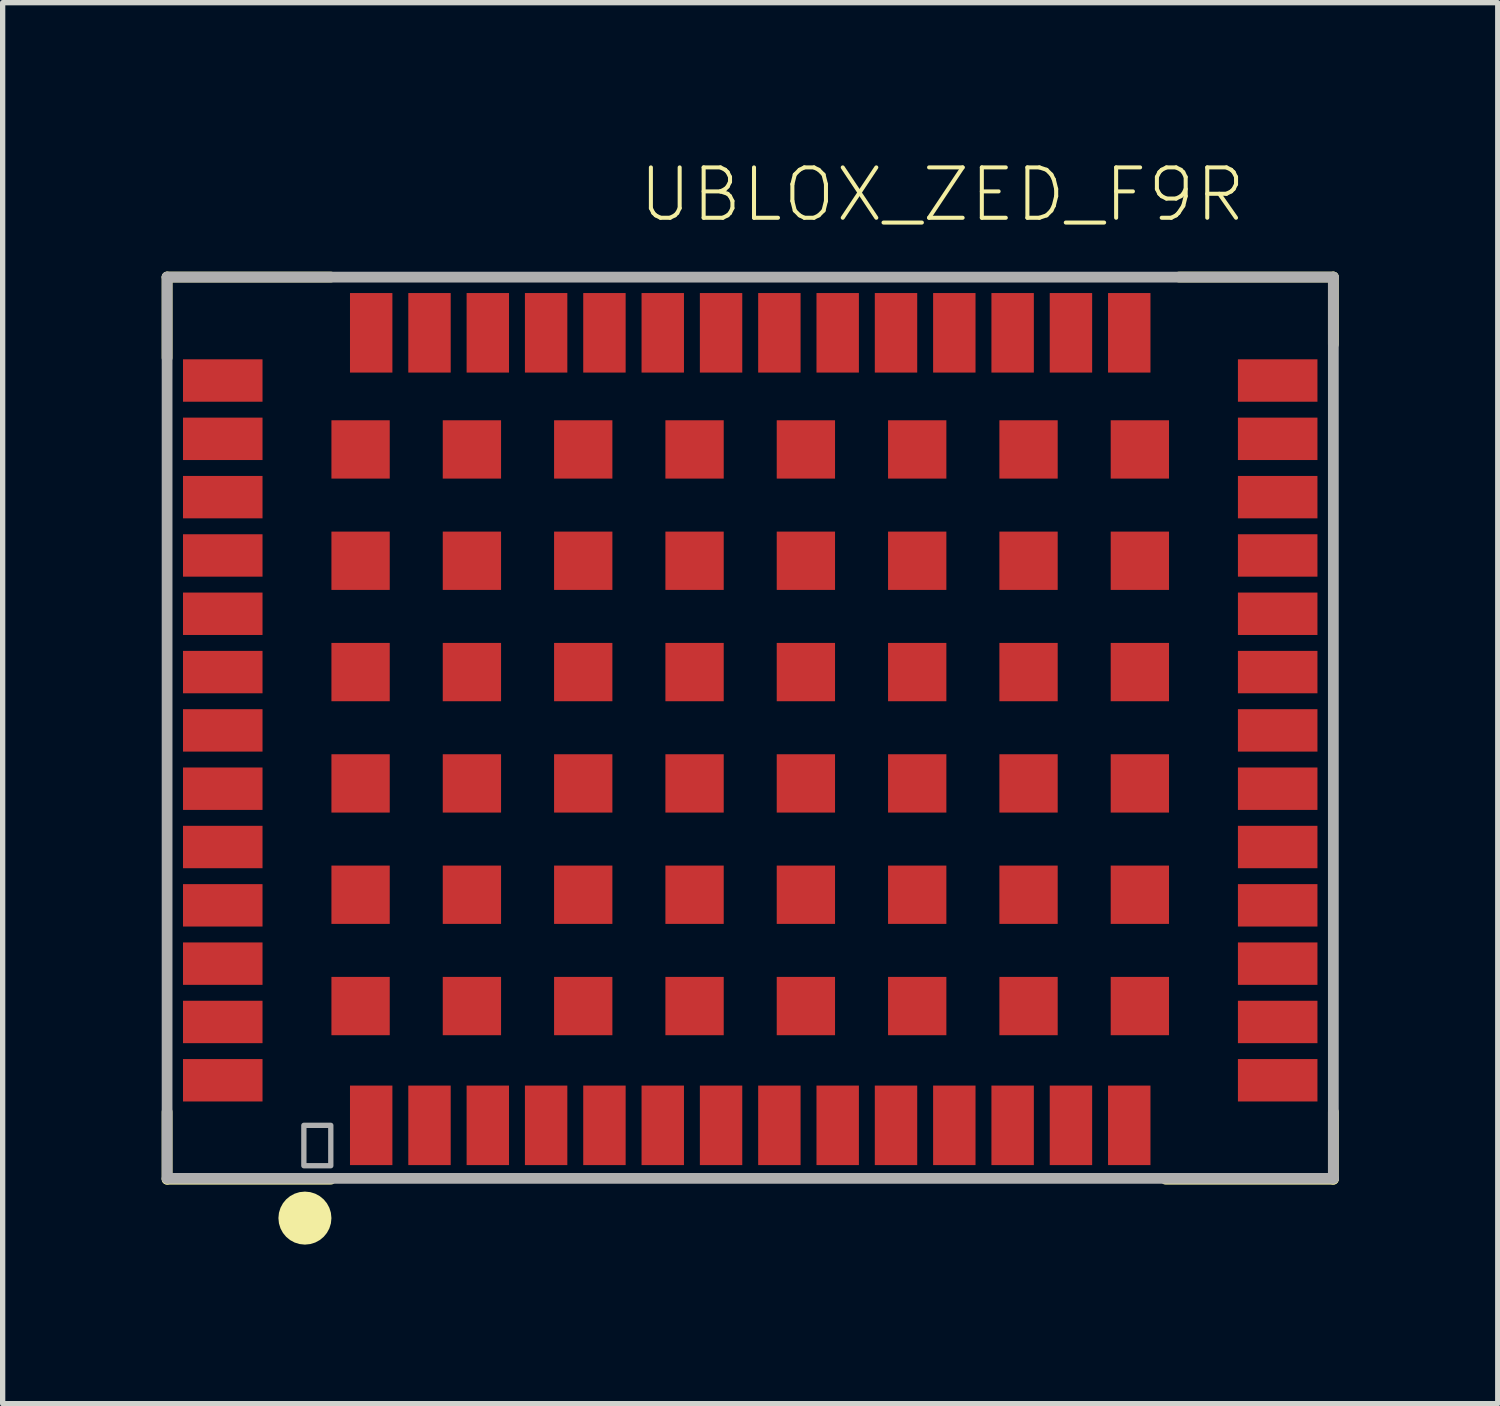
<source format=kicad_pcb>
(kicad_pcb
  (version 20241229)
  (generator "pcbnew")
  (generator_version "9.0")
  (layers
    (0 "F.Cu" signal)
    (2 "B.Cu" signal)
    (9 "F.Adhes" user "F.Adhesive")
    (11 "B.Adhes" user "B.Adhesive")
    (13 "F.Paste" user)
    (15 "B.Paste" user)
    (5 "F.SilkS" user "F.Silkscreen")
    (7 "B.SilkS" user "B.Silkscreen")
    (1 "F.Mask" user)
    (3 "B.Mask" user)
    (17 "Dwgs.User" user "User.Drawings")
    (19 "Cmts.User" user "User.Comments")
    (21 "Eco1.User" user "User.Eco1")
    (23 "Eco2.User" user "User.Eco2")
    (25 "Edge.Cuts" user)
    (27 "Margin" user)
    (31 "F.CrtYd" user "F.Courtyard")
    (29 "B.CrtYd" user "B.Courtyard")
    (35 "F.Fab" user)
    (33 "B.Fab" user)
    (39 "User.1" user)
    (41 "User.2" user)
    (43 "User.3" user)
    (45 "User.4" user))
  (footprint "UBLOX_ZED_F9R"
    (layer "F.Cu")
    (at 11.064 10.558)
    (property "Reference" "UBLOX_ZED_F9R" (at -2.112 -9.38 0) (layer "F.SilkS") (effects (font (size 0.95 0.95) (thickness 0.076)) (justify left bottom)))
    (attr through_hole)
    (fp_line (start -10.962 -8.382) (end -7.874 -8.382) (stroke (width 0.203) (type solid)) (layer "F.SilkS"))
    (fp_line (start -10.962 -6.858) (end -10.962 -8.382) (stroke (width 0.203) (type solid)) (layer "F.SilkS"))
    (fp_line (start -10.962 8.636) (end -10.962 7.366) (stroke (width 0.203) (type solid)) (layer "F.SilkS"))
    (fp_line (start -10.962 8.636) (end -7.874 8.636) (stroke (width 0.203) (type solid)) (layer "F.SilkS"))
    (fp_line (start 7.874 8.636) (end 11.038 8.636) (stroke (width 0.203) (type solid)) (layer "F.SilkS"))
    (fp_line (start 8.128 -8.382) (end 11.038 -8.382) (stroke (width 0.203) (type solid)) (layer "F.SilkS"))
    (fp_line (start 11.038 -8.382) (end 11.038 -7.112) (stroke (width 0.203) (type solid)) (layer "F.SilkS"))
    (fp_line (start 11.038 8.636) (end 11.038 7.366) (stroke (width 0.203) (type solid)) (layer "F.SilkS"))
    (fp_circle (center -8.362 9.37) (end -8.112 9.37) (stroke (width 0.5) (type solid)) (fill no) (layer "F.SilkS"))
    (fp_line (start -10.962 -8.38) (end -10.962 8.62) (stroke (width 0.203) (type solid)) (layer "F.Fab"))
    (fp_line (start -10.962 8.62) (end 11.038 8.62) (stroke (width 0.203) (type solid)) (layer "F.Fab"))
    (fp_line (start 11.038 -8.38) (end -10.962 -8.38) (stroke (width 0.203) (type solid)) (layer "F.Fab"))
    (fp_line (start 11.038 8.62) (end 11.038 -8.38) (stroke (width 0.203) (type solid)) (layer "F.Fab"))
    (fp_poly (pts (xy -8.382 8.382) (xy -7.874 8.382) (xy -7.874 7.62) (xy -8.382 7.62)) (stroke (width 0.1) (type solid)) (fill no) (layer "F.Fab"))
    (pad "G1" smd rect (at -7.312 5.37) (size 1.1 1.1) (layers "F.Cu" "F.Mask" "F.Paste"))
    (pad "G2" smd rect (at -5.212 5.37) (size 1.1 1.1) (layers "F.Cu" "F.Mask" "F.Paste"))
    (pad "G3" smd rect (at -3.112 5.37) (size 1.1 1.1) (layers "F.Cu" "F.Mask" "F.Paste"))
    (pad "G4" smd rect (at -1.012 5.37) (size 1.1 1.1) (layers "F.Cu" "F.Mask" "F.Paste"))
    (pad "G5" smd rect (at 1.088 5.37) (size 1.1 1.1) (layers "F.Cu" "F.Mask" "F.Paste"))
    (pad "G6" smd rect (at 3.188 5.37) (size 1.1 1.1) (layers "F.Cu" "F.Mask" "F.Paste"))
    (pad "G7" smd rect (at 5.288 5.37) (size 1.1 1.1) (layers "F.Cu" "F.Mask" "F.Paste"))
    (pad "G8" smd rect (at 7.388 5.37) (size 1.1 1.1) (layers "F.Cu" "F.Mask" "F.Paste"))
    (pad "G9" smd rect (at 7.388 3.27) (size 1.1 1.1) (layers "F.Cu" "F.Mask" "F.Paste"))
    (pad "G10" smd rect (at 5.288 3.27) (size 1.1 1.1) (layers "F.Cu" "F.Mask" "F.Paste"))
    (pad "G11" smd rect (at 3.188 3.27) (size 1.1 1.1) (layers "F.Cu" "F.Mask" "F.Paste"))
    (pad "G12" smd rect (at 1.088 3.27) (size 1.1 1.1) (layers "F.Cu" "F.Mask" "F.Paste"))
    (pad "G13" smd rect (at -1.012 3.27) (size 1.1 1.1) (layers "F.Cu" "F.Mask" "F.Paste"))
    (pad "G14" smd rect (at -3.112 3.27) (size 1.1 1.1) (layers "F.Cu" "F.Mask" "F.Paste"))
    (pad "G15" smd rect (at -5.212 3.27) (size 1.1 1.1) (layers "F.Cu" "F.Mask" "F.Paste"))
    (pad "G16" smd rect (at -7.312 3.27) (size 1.1 1.1) (layers "F.Cu" "F.Mask" "F.Paste"))
    (pad "G17" smd rect (at -7.312 1.17) (size 1.1 1.1) (layers "F.Cu" "F.Mask" "F.Paste"))
    (pad "G18" smd rect (at -5.212 1.17) (size 1.1 1.1) (layers "F.Cu" "F.Mask" "F.Paste"))
    (pad "G19" smd rect (at -3.112 1.17) (size 1.1 1.1) (layers "F.Cu" "F.Mask" "F.Paste"))
    (pad "G20" smd rect (at -1.012 1.17) (size 1.1 1.1) (layers "F.Cu" "F.Mask" "F.Paste"))
    (pad "G21" smd rect (at 1.088 1.17) (size 1.1 1.1) (layers "F.Cu" "F.Mask" "F.Paste"))
    (pad "G22" smd rect (at 3.188 1.17) (size 1.1 1.1) (layers "F.Cu" "F.Mask" "F.Paste"))
    (pad "G23" smd rect (at 5.288 1.17) (size 1.1 1.1) (layers "F.Cu" "F.Mask" "F.Paste"))
    (pad "G24" smd rect (at 7.388 1.17) (size 1.1 1.1) (layers "F.Cu" "F.Mask" "F.Paste"))
    (pad "G25" smd rect (at 7.388 -0.93) (size 1.1 1.1) (layers "F.Cu" "F.Mask" "F.Paste"))
    (pad "G26" smd rect (at 5.288 -0.93) (size 1.1 1.1) (layers "F.Cu" "F.Mask" "F.Paste"))
    (pad "G27" smd rect (at 3.188 -0.93) (size 1.1 1.1) (layers "F.Cu" "F.Mask" "F.Paste"))
    (pad "G28" smd rect (at 1.088 -0.93) (size 1.1 1.1) (layers "F.Cu" "F.Mask" "F.Paste"))
    (pad "G29" smd rect (at -1.012 -0.93) (size 1.1 1.1) (layers "F.Cu" "F.Mask" "F.Paste"))
    (pad "G30" smd rect (at -3.112 -0.93) (size 1.1 1.1) (layers "F.Cu" "F.Mask" "F.Paste"))
    (pad "G31" smd rect (at -5.212 -0.93) (size 1.1 1.1) (layers "F.Cu" "F.Mask" "F.Paste"))
    (pad "G32" smd rect (at -7.312 -0.93) (size 1.1 1.1) (layers "F.Cu" "F.Mask" "F.Paste"))
    (pad "G33" smd rect (at -7.312 -3.03) (size 1.1 1.1) (layers "F.Cu" "F.Mask" "F.Paste"))
    (pad "G34" smd rect (at -5.212 -3.03) (size 1.1 1.1) (layers "F.Cu" "F.Mask" "F.Paste"))
    (pad "G35" smd rect (at -3.112 -3.03) (size 1.1 1.1) (layers "F.Cu" "F.Mask" "F.Paste"))
    (pad "G36" smd rect (at -1.012 -3.03) (size 1.1 1.1) (layers "F.Cu" "F.Mask" "F.Paste"))
    (pad "G37" smd rect (at 1.088 -3.03) (size 1.1 1.1) (layers "F.Cu" "F.Mask" "F.Paste"))
    (pad "G38" smd rect (at 3.188 -3.03) (size 1.1 1.1) (layers "F.Cu" "F.Mask" "F.Paste"))
    (pad "G39" smd rect (at 5.288 -3.03) (size 1.1 1.1) (layers "F.Cu" "F.Mask" "F.Paste"))
    (pad "G40" smd rect (at 7.388 -3.03) (size 1.1 1.1) (layers "F.Cu" "F.Mask" "F.Paste"))
    (pad "G41" smd rect (at 7.388 -5.13) (size 1.1 1.1) (layers "F.Cu" "F.Mask" "F.Paste"))
    (pad "G42" smd rect (at 5.288 -5.13) (size 1.1 1.1) (layers "F.Cu" "F.Mask" "F.Paste"))
    (pad "G43" smd rect (at 3.188 -5.13) (size 1.1 1.1) (layers "F.Cu" "F.Mask" "F.Paste"))
    (pad "G44" smd rect (at 1.088 -5.13) (size 1.1 1.1) (layers "F.Cu" "F.Mask" "F.Paste"))
    (pad "G45" smd rect (at -1.012 -5.13) (size 1.1 1.1) (layers "F.Cu" "F.Mask" "F.Paste"))
    (pad "G46" smd rect (at -3.112 -5.13) (size 1.1 1.1) (layers "F.Cu" "F.Mask" "F.Paste"))
    (pad "G47" smd rect (at -5.212 -5.13) (size 1.1 1.1) (layers "F.Cu" "F.Mask" "F.Paste"))
    (pad "G48" smd rect (at -7.312 -5.13) (size 1.1 1.1) (layers "F.Cu" "F.Mask" "F.Paste"))
    (pad "P1" smd rect (at -7.112 7.62) (size 0.8 1.5) (layers "F.Cu" "F.Mask" "F.Paste"))
    (pad "P2" smd rect (at -6.012 7.62) (size 0.8 1.5) (layers "F.Cu" "F.Mask" "F.Paste"))
    (pad "P3" smd rect (at -4.912 7.62) (size 0.8 1.5) (layers "F.Cu" "F.Mask" "F.Paste"))
    (pad "P4" smd rect (at -3.812 7.62) (size 0.8 1.5) (layers "F.Cu" "F.Mask" "F.Paste"))
    (pad "P5" smd rect (at -2.712 7.62) (size 0.8 1.5) (layers "F.Cu" "F.Mask" "F.Paste"))
    (pad "P6" smd rect (at -1.612 7.62) (size 0.8 1.5) (layers "F.Cu" "F.Mask" "F.Paste"))
    (pad "P7" smd rect (at -0.512 7.62) (size 0.8 1.5) (layers "F.Cu" "F.Mask" "F.Paste"))
    (pad "P8" smd rect (at 0.588 7.62) (size 0.8 1.5) (layers "F.Cu" "F.Mask" "F.Paste"))
    (pad "P9" smd rect (at 1.688 7.62) (size 0.8 1.5) (layers "F.Cu" "F.Mask" "F.Paste"))
    (pad "P10" smd rect (at 2.788 7.62) (size 0.8 1.5) (layers "F.Cu" "F.Mask" "F.Paste"))
    (pad "P11" smd rect (at 3.888 7.62) (size 0.8 1.5) (layers "F.Cu" "F.Mask" "F.Paste"))
    (pad "P12" smd rect (at 4.988 7.62) (size 0.8 1.5) (layers "F.Cu" "F.Mask" "F.Paste"))
    (pad "P13" smd rect (at 6.088 7.62) (size 0.8 1.5) (layers "F.Cu" "F.Mask" "F.Paste"))
    (pad "P14" smd rect (at 7.188 7.62) (size 0.8 1.5) (layers "F.Cu" "F.Mask" "F.Paste"))
    (pad "P15" smd rect (at 9.988 6.77 90) (size 0.8 1.5) (layers "F.Cu" "F.Mask" "F.Paste"))
    (pad "P16" smd rect (at 9.988 5.67 90) (size 0.8 1.5) (layers "F.Cu" "F.Mask" "F.Paste"))
    (pad "P17" smd rect (at 9.988 4.57 90) (size 0.8 1.5) (layers "F.Cu" "F.Mask" "F.Paste"))
    (pad "P18" smd rect (at 9.988 3.47 90) (size 0.8 1.5) (layers "F.Cu" "F.Mask" "F.Paste"))
    (pad "P19" smd rect (at 9.988 2.37 90) (size 0.8 1.5) (layers "F.Cu" "F.Mask" "F.Paste"))
    (pad "P20" smd rect (at 9.988 1.27 90) (size 0.8 1.5) (layers "F.Cu" "F.Mask" "F.Paste"))
    (pad "P21" smd rect (at 9.988 0.17 90) (size 0.8 1.5) (layers "F.Cu" "F.Mask" "F.Paste"))
    (pad "P22" smd rect (at 9.988 -0.93 90) (size 0.8 1.5) (layers "F.Cu" "F.Mask" "F.Paste"))
    (pad "P23" smd rect (at 9.988 -2.03 90) (size 0.8 1.5) (layers "F.Cu" "F.Mask" "F.Paste"))
    (pad "P24" smd rect (at 9.988 -3.13 90) (size 0.8 1.5) (layers "F.Cu" "F.Mask" "F.Paste"))
    (pad "P25" smd rect (at 9.988 -4.23 90) (size 0.8 1.5) (layers "F.Cu" "F.Mask" "F.Paste"))
    (pad "P26" smd rect (at 9.988 -5.33 90) (size 0.8 1.5) (layers "F.Cu" "F.Mask" "F.Paste"))
    (pad "P27" smd rect (at 9.988 -6.43 90) (size 0.8 1.5) (layers "F.Cu" "F.Mask" "F.Paste"))
    (pad "P28" smd rect (at 7.188 -7.33) (size 0.8 1.5) (layers "F.Cu" "F.Mask" "F.Paste"))
    (pad "P29" smd rect (at 6.088 -7.33) (size 0.8 1.5) (layers "F.Cu" "F.Mask" "F.Paste"))
    (pad "P30" smd rect (at 4.988 -7.33) (size 0.8 1.5) (layers "F.Cu" "F.Mask" "F.Paste"))
    (pad "P31" smd rect (at 3.888 -7.33) (size 0.8 1.5) (layers "F.Cu" "F.Mask" "F.Paste"))
    (pad "P32" smd rect (at 2.788 -7.33) (size 0.8 1.5) (layers "F.Cu" "F.Mask" "F.Paste"))
    (pad "P33" smd rect (at 1.688 -7.33) (size 0.8 1.5) (layers "F.Cu" "F.Mask" "F.Paste"))
    (pad "P34" smd rect (at 0.588 -7.33) (size 0.8 1.5) (layers "F.Cu" "F.Mask" "F.Paste"))
    (pad "P35" smd rect (at -0.512 -7.33) (size 0.8 1.5) (layers "F.Cu" "F.Mask" "F.Paste"))
    (pad "P36" smd rect (at -1.612 -7.33) (size 0.8 1.5) (layers "F.Cu" "F.Mask" "F.Paste"))
    (pad "P37" smd rect (at -2.712 -7.33) (size 0.8 1.5) (layers "F.Cu" "F.Mask" "F.Paste"))
    (pad "P38" smd rect (at -3.812 -7.33) (size 0.8 1.5) (layers "F.Cu" "F.Mask" "F.Paste"))
    (pad "P39" smd rect (at -4.912 -7.33) (size 0.8 1.5) (layers "F.Cu" "F.Mask" "F.Paste"))
    (pad "P40" smd rect (at -6.012 -7.33) (size 0.8 1.5) (layers "F.Cu" "F.Mask" "F.Paste"))
    (pad "P41" smd rect (at -7.112 -7.33) (size 0.8 1.5) (layers "F.Cu" "F.Mask" "F.Paste"))
    (pad "P42" smd rect (at -9.912 -6.43 270) (size 0.8 1.5) (layers "F.Cu" "F.Mask" "F.Paste"))
    (pad "P43" smd rect (at -9.912 -5.33 270) (size 0.8 1.5) (layers "F.Cu" "F.Mask" "F.Paste"))
    (pad "P44" smd rect (at -9.912 -4.23 270) (size 0.8 1.5) (layers "F.Cu" "F.Mask" "F.Paste"))
    (pad "P45" smd rect (at -9.912 -3.13 270) (size 0.8 1.5) (layers "F.Cu" "F.Mask" "F.Paste"))
    (pad "P46" smd rect (at -9.912 -2.03 270) (size 0.8 1.5) (layers "F.Cu" "F.Mask" "F.Paste"))
    (pad "P47" smd rect (at -9.912 -0.93 270) (size 0.8 1.5) (layers "F.Cu" "F.Mask" "F.Paste"))
    (pad "P48" smd rect (at -9.912 0.17 270) (size 0.8 1.5) (layers "F.Cu" "F.Mask" "F.Paste"))
    (pad "P49" smd rect (at -9.912 1.27 270) (size 0.8 1.5) (layers "F.Cu" "F.Mask" "F.Paste"))
    (pad "P50" smd rect (at -9.912 2.37 270) (size 0.8 1.5) (layers "F.Cu" "F.Mask" "F.Paste"))
    (pad "P51" smd rect (at -9.912 3.47 270) (size 0.8 1.5) (layers "F.Cu" "F.Mask" "F.Paste"))
    (pad "P52" smd rect (at -9.912 4.57 270) (size 0.8 1.5) (layers "F.Cu" "F.Mask" "F.Paste"))
    (pad "P53" smd rect (at -9.912 5.67 270) (size 0.8 1.5) (layers "F.Cu" "F.Mask" "F.Paste"))
    (pad "P54" smd rect (at -9.912 6.77 270) (size 0.8 1.5) (layers "F.Cu" "F.Mask" "F.Paste")))
  (gr_rect
    (start -3 -3)
    (end 25.203 23.428)
    (stroke (width 0.1) (type default))
    (fill no)
    (layer "Edge.Cuts")))
</source>
